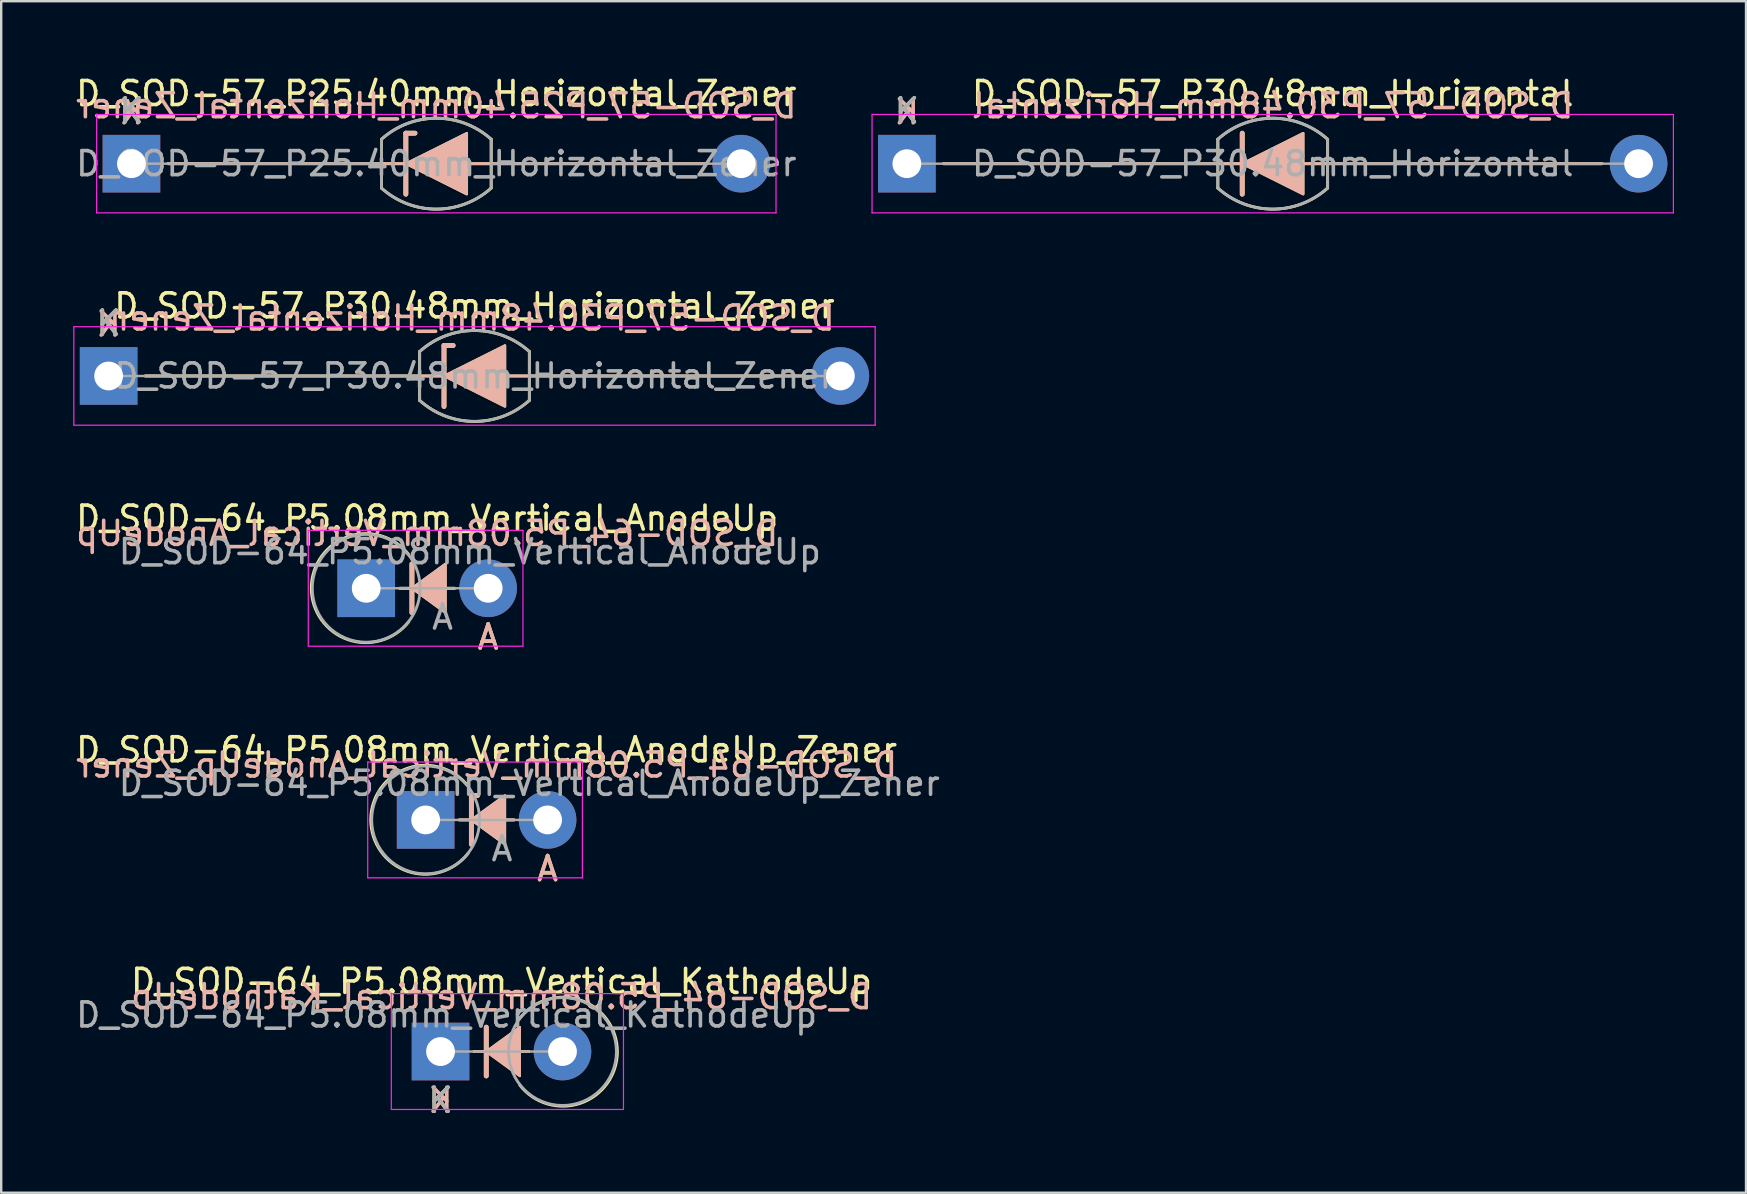
<source format=kicad_pcb>
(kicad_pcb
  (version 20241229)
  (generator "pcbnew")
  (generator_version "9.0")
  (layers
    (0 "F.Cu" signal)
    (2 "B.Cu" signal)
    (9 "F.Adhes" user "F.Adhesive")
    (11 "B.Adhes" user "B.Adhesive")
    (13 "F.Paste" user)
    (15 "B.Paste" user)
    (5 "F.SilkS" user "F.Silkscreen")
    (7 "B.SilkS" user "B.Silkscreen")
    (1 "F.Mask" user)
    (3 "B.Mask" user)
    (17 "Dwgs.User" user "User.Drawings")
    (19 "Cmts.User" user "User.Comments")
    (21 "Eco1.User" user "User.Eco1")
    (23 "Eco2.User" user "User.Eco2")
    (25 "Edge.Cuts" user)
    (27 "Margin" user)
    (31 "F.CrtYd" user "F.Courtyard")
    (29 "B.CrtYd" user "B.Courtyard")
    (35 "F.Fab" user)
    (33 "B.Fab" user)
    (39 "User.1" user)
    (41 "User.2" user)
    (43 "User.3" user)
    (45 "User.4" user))
  (footprint "D_SOD-64_P5.08mm_Vertical_AnodeUp"
    (layer "F.Cu")
    (at 12.204 21.455)
    (property "Reference" "D_SOD-64_P5.08mm_Vertical_AnodeUp" (at 2.54 -2.92 0) (layer "F.SilkS") (effects (font (size 1 1) (thickness 0.15))))
    (fp_line (start 1.397 0) (end 2.413 0) (stroke (width 0.12) (type solid)) (layer "F.SilkS"))
    (fp_line (start 1.905 -1.016) (end 1.905 1.016) (stroke (width 0.2) (type solid)) (layer "F.SilkS"))
    (fp_line (start 1.92 0) (end 3.683 0) (stroke (width 0.12) (type solid)) (layer "F.SilkS"))
    (fp_arc (start 1.772461 1.392669) (mid -2.28629 -0.01023) (end 1.778 -1.397) (stroke (width 0.12) (type solid)) (layer "F.SilkS"))
    (fp_poly (pts (xy 3.302 1.016) (xy 1.905 0) (xy 3.302 -1.016)) (stroke (width 0.1) (type solid)) (fill yes) (layer "F.SilkS"))
    (fp_line (start 1.397 0) (end 2.413 0) (stroke (width 0.12) (type solid)) (layer "B.SilkS"))
    (fp_line (start 1.905 1.016) (end 1.905 -1.016) (stroke (width 0.2) (type solid)) (layer "B.SilkS"))
    (fp_line (start 1.92 0) (end 3.683 0) (stroke (width 0.12) (type solid)) (layer "B.SilkS"))
    (fp_poly (pts (xy 3.302 -1.016) (xy 1.905 0) (xy 3.302 1.016)) (stroke (width 0.1) (type solid)) (fill yes) (layer "B.SilkS"))
    (fp_line (start -2.413 -2.413) (end -2.413 2.413) (stroke (width 0.05) (type solid)) (layer "F.CrtYd"))
    (fp_line (start -2.413 2.413) (end 6.53 2.413) (stroke (width 0.05) (type solid)) (layer "F.CrtYd"))
    (fp_line (start 6.53 -2.413) (end -2.413 -2.413) (stroke (width 0.05) (type solid)) (layer "F.CrtYd"))
    (fp_line (start 6.53 2.413) (end 6.53 -2.413) (stroke (width 0.05) (type solid)) (layer "F.CrtYd"))
    (fp_line (start 0 0) (end 5.08 0) (stroke (width 0.1) (type solid)) (layer "F.Fab"))
    (fp_circle (center 0 0) (end 1.651 -1.524) (stroke (width 0.12) (type solid)) (fill no) (layer "F.Fab"))
    (fp_text user "A" (at 5.08 2.032 0) (layer "F.SilkS") (effects (font (size 1 1) (thickness 0.15))))
    (fp_text user "A" (at 5.08 2.032 0) (layer "B.SilkS") (effects (font (size 1 1) (thickness 0.15)) (justify mirror)))
    (fp_text user "${REFERENCE}" (at 2.54 -2.286 0) (layer "B.SilkS") (effects (font (size 1 1) (thickness 0.15)) (justify mirror)))
    (fp_text user "A" (at 3.18 1.2 0) (layer "F.Fab") (effects (font (size 1 1) (thickness 0.15))))
    (fp_text user "${REFERENCE}" (at 4.318 -1.524 0) (layer "F.Fab") (effects (font (size 1 1) (thickness 0.15))))
    (pad "1" thru_hole rect (at 0 0) (size 2.4 2.4) (drill 1.2) (layers "*.Cu" "*.Mask"))
    (pad "2" thru_hole oval (at 5.08 0) (size 2.4 2.4) (drill 1.2) (layers "*.Cu" "*.Mask")))
  (footprint "D_SOD-64_P5.08mm_Vertical_AnodeUp_Zener"
    (layer "F.Cu")
    (at 14.68 31.103)
    (property "Reference" "D_SOD-64_P5.08mm_Vertical_AnodeUp_Zener" (at 2.54 -2.92 0) (layer "F.SilkS") (effects (font (size 1 1) (thickness 0.15))))
    (fp_line (start 1.397 0) (end 2.413 0) (stroke (width 0.12) (type solid)) (layer "F.SilkS"))
    (fp_line (start 1.905 -1.016) (end 1.905 1.016) (stroke (width 0.2) (type solid)) (layer "F.SilkS"))
    (fp_line (start 1.905 -1.016) (end 2.159 -1.016) (stroke (width 0.2) (type solid)) (layer "F.SilkS"))
    (fp_line (start 1.92 0) (end 3.683 0) (stroke (width 0.12) (type solid)) (layer "F.SilkS"))
    (fp_arc (start 1.772461 1.392669) (mid -2.28629 -0.01023) (end 1.778 -1.397) (stroke (width 0.12) (type solid)) (layer "F.SilkS"))
    (fp_poly (pts (xy 3.302 1.016) (xy 1.905 0) (xy 3.302 -1.016)) (stroke (width 0.1) (type solid)) (fill yes) (layer "F.SilkS"))
    (fp_line (start 1.397 0) (end 2.413 0) (stroke (width 0.12) (type solid)) (layer "B.SilkS"))
    (fp_line (start 1.905 -1.016) (end 2.159 -1.016) (stroke (width 0.2) (type solid)) (layer "B.SilkS"))
    (fp_line (start 1.905 1.016) (end 1.905 -1.016) (stroke (width 0.2) (type solid)) (layer "B.SilkS"))
    (fp_line (start 1.92 0) (end 3.683 0) (stroke (width 0.12) (type solid)) (layer "B.SilkS"))
    (fp_poly (pts (xy 3.302 -1.016) (xy 1.905 0) (xy 3.302 1.016)) (stroke (width 0.1) (type solid)) (fill yes) (layer "B.SilkS"))
    (fp_line (start -2.413 -2.413) (end -2.413 2.413) (stroke (width 0.05) (type solid)) (layer "F.CrtYd"))
    (fp_line (start -2.413 2.413) (end 6.53 2.413) (stroke (width 0.05) (type solid)) (layer "F.CrtYd"))
    (fp_line (start 6.53 -2.413) (end -2.413 -2.413) (stroke (width 0.05) (type solid)) (layer "F.CrtYd"))
    (fp_line (start 6.53 2.413) (end 6.53 -2.413) (stroke (width 0.05) (type solid)) (layer "F.CrtYd"))
    (fp_line (start 0 0) (end 5.08 0) (stroke (width 0.1) (type solid)) (layer "F.Fab"))
    (fp_circle (center 0 0) (end 1.651 -1.524) (stroke (width 0.12) (type solid)) (fill no) (layer "F.Fab"))
    (fp_text user "A" (at 5.08 2.032 0) (layer "F.SilkS") (effects (font (size 1 1) (thickness 0.15))))
    (fp_text user "A" (at 5.08 2.032 0) (layer "B.SilkS") (effects (font (size 1 1) (thickness 0.15)) (justify mirror)))
    (fp_text user "${REFERENCE}" (at 2.54 -2.286 0) (layer "B.SilkS") (effects (font (size 1 1) (thickness 0.15)) (justify mirror)))
    (fp_text user "${REFERENCE}" (at 4.318 -1.524 0) (layer "F.Fab") (effects (font (size 1 1) (thickness 0.15))))
    (fp_text user "A" (at 3.18 1.2 0) (layer "F.Fab") (effects (font (size 1 1) (thickness 0.15))))
    (pad "1" thru_hole rect (at 0 0) (size 2.4 2.4) (drill 1.2) (layers "*.Cu" "*.Mask"))
    (pad "2" thru_hole oval (at 5.08 0) (size 2.4 2.4) (drill 1.2) (layers "*.Cu" "*.Mask")))
  (footprint "D_SOD-57_P25.40mm_Horizontal_Zener"
    (layer "F.Cu")
    (at 2.425 3.768)
    (property "Reference" "D_SOD-57_P25.40mm_Horizontal_Zener" (at 12.7 -2.92 0) (layer "F.SilkS") (effects (font (size 1 1) (thickness 0.15))))
    (fp_line (start 1.524 0) (end 23.876 0) (stroke (width 0.12) (type solid)) (layer "F.SilkS"))
    (fp_line (start 10.414 -1.016) (end 10.414 1.016) (stroke (width 0.12) (type solid)) (layer "F.SilkS"))
    (fp_line (start 11.43 -1.27) (end 11.811 -1.27) (stroke (width 0.2) (type solid)) (layer "F.SilkS"))
    (fp_line (start 11.43 1.27) (end 11.43 -1.27) (stroke (width 0.2) (type solid)) (layer "F.SilkS"))
    (fp_line (start 14.986 -1.016) (end 14.986 1.016) (stroke (width 0.12) (type solid)) (layer "F.SilkS"))
    (fp_arc (start 10.414 -1.016) (mid 12.699999 -1.89322) (end 14.985998 -1.016) (stroke (width 0.12) (type solid)) (layer "F.SilkS"))
    (fp_arc (start 14.986 1.016) (mid 12.700001 1.89322) (end 10.414002 1.016) (stroke (width 0.12) (type solid)) (layer "F.SilkS"))
    (fp_poly (pts (xy 13.97 1.27) (xy 11.43 0) (xy 13.97 -1.27)) (stroke (width 0.1) (type solid)) (fill yes) (layer "F.SilkS"))
    (fp_line (start 1.524 0) (end 23.876 0) (stroke (width 0.12) (type solid)) (layer "B.SilkS"))
    (fp_line (start 11.43 -1.27) (end 11.43 1.27) (stroke (width 0.2) (type solid)) (layer "B.SilkS"))
    (fp_line (start 11.43 -1.27) (end 11.811 -1.27) (stroke (width 0.2) (type solid)) (layer "B.SilkS"))
    (fp_poly (pts (xy 13.97 -1.27) (xy 11.43 0) (xy 13.97 1.27)) (stroke (width 0.1) (type solid)) (fill yes) (layer "B.SilkS"))
    (fp_line (start -1.45 -2.05) (end -1.45 2.05) (stroke (width 0.05) (type solid)) (layer "F.CrtYd"))
    (fp_line (start -1.45 2.05) (end 26.85 2.05) (stroke (width 0.05) (type solid)) (layer "F.CrtYd"))
    (fp_line (start 26.85 -2.05) (end -1.45 -2.05) (stroke (width 0.05) (type solid)) (layer "F.CrtYd"))
    (fp_line (start 26.85 2.05) (end 26.85 -2.05) (stroke (width 0.05) (type solid)) (layer "F.CrtYd"))
    (fp_line (start 0 0) (end 10.414 0) (stroke (width 0.1) (type solid)) (layer "F.Fab"))
    (fp_line (start 10.414 -1.016) (end 10.414 1.016) (stroke (width 0.12) (type solid)) (layer "F.Fab"))
    (fp_line (start 14.986 -1.016) (end 14.986 1.016) (stroke (width 0.12) (type solid)) (layer "F.Fab"))
    (fp_line (start 25.4 0) (end 14.986 0) (stroke (width 0.1) (type solid)) (layer "F.Fab"))
    (fp_arc (start 10.414 -1.016) (mid 12.70037 -1.894241) (end 14.987132 -1.017021) (stroke (width 0.12) (type solid)) (layer "F.Fab"))
    (fp_arc (start 14.987134 1.014979) (mid 12.700764 1.89322) (end 10.414002 1.016) (stroke (width 0.12) (type solid)) (layer "F.Fab"))
    (fp_text user "K" (at 0 -2.2 0) (layer "F.SilkS") (effects (font (size 1 1) (thickness 0.15))))
    (fp_text user "K" (at 0 -2.159 0) (layer "B.SilkS") (effects (font (size 1 1) (thickness 0.15)) (justify mirror)))
    (fp_text user "${REFERENCE}" (at 12.7 -2.413 0) (layer "B.SilkS") (effects (font (size 1 1) (thickness 0.15)) (justify mirror)))
    (fp_text user "${REFERENCE}" (at 12.7 0 0) (layer "F.Fab") (effects (font (size 1 1) (thickness 0.15))))
    (fp_text user "K" (at 0 -2.2 0) (layer "F.Fab") (effects (font (size 1 1) (thickness 0.15))))
    (pad "1" thru_hole rect (at 0 0) (size 2.4 2.4) (drill 1.2) (layers "*.Cu" "*.Mask"))
    (pad "2" thru_hole oval (at 25.4 0) (size 2.4 2.4) (drill 1.2) (layers "*.Cu" "*.Mask")))
  (footprint "D_SOD-57_P30.48mm_Horizontal"
    (layer "F.Cu")
    (at 34.725 3.768)
    (property "Reference" "D_SOD-57_P30.48mm_Horizontal" (at 15.24 -2.92 0) (layer "F.SilkS") (effects (font (size 1 1) (thickness 0.15))))
    (fp_line (start 1.524 0) (end 28.956 0) (stroke (width 0.12) (type solid)) (layer "F.SilkS"))
    (fp_line (start 12.954 -1.016) (end 12.954 1.016) (stroke (width 0.12) (type solid)) (layer "F.SilkS"))
    (fp_line (start 13.97 1.27) (end 13.97 -1.27) (stroke (width 0.2) (type solid)) (layer "F.SilkS"))
    (fp_line (start 17.526 -1.016) (end 17.526 1.016) (stroke (width 0.12) (type solid)) (layer "F.SilkS"))
    (fp_arc (start 12.954 -1.016) (mid 15.239999 -1.89322) (end 17.525998 -1.016) (stroke (width 0.12) (type solid)) (layer "F.SilkS"))
    (fp_arc (start 17.526 1.016) (mid 15.240001 1.89322) (end 12.954002 1.016) (stroke (width 0.12) (type solid)) (layer "F.SilkS"))
    (fp_poly (pts (xy 16.51 1.27) (xy 13.97 0) (xy 16.51 -1.27)) (stroke (width 0.1) (type solid)) (fill yes) (layer "F.SilkS"))
    (fp_line (start 1.524 0) (end 28.956 0) (stroke (width 0.12) (type solid)) (layer "B.SilkS"))
    (fp_line (start 13.97 -1.27) (end 13.97 1.27) (stroke (width 0.2) (type solid)) (layer "B.SilkS"))
    (fp_poly (pts (xy 16.51 -1.27) (xy 13.97 0) (xy 16.51 1.27)) (stroke (width 0.1) (type solid)) (fill yes) (layer "B.SilkS"))
    (fp_line (start -1.45 -2.05) (end -1.45 2.05) (stroke (width 0.05) (type solid)) (layer "F.CrtYd"))
    (fp_line (start -1.45 2.05) (end 31.93 2.05) (stroke (width 0.05) (type solid)) (layer "F.CrtYd"))
    (fp_line (start 31.93 -2.05) (end -1.45 -2.05) (stroke (width 0.05) (type solid)) (layer "F.CrtYd"))
    (fp_line (start 31.93 2.05) (end 31.93 -2.05) (stroke (width 0.05) (type solid)) (layer "F.CrtYd"))
    (fp_line (start 0 0) (end 12.954 0) (stroke (width 0.1) (type solid)) (layer "F.Fab"))
    (fp_line (start 12.954 -1.016) (end 12.954 1.016) (stroke (width 0.12) (type solid)) (layer "F.Fab"))
    (fp_line (start 17.526 -1.016) (end 17.526 1.016) (stroke (width 0.12) (type solid)) (layer "F.Fab"))
    (fp_line (start 30.48 0) (end 17.526 0) (stroke (width 0.1) (type solid)) (layer "F.Fab"))
    (fp_arc (start 12.954 -1.016) (mid 15.24037 -1.894241) (end 17.527132 -1.017021) (stroke (width 0.12) (type solid)) (layer "F.Fab"))
    (fp_arc (start 17.527134 1.014979) (mid 15.240764 1.89322) (end 12.954002 1.016) (stroke (width 0.12) (type solid)) (layer "F.Fab"))
    (fp_text user "K" (at 0 -2.2 0) (layer "F.SilkS") (effects (font (size 1 1) (thickness 0.15))))
    (fp_text user "${REFERENCE}" (at 15.24 -2.413 0) (layer "B.SilkS") (effects (font (size 1 1) (thickness 0.15)) (justify mirror)))
    (fp_text user "K" (at 0 -2.159 0) (layer "B.SilkS") (effects (font (size 1 1) (thickness 0.15)) (justify mirror)))
    (fp_text user "${REFERENCE}" (at 15.24 0 0) (layer "F.Fab") (effects (font (size 1 1) (thickness 0.15))))
    (fp_text user "K" (at 0 -2.2 0) (layer "F.Fab") (effects (font (size 1 1) (thickness 0.15))))
    (pad "1" thru_hole rect (at 0 0) (size 2.4 2.4) (drill 1.2) (layers "*.Cu" "*.Mask"))
    (pad "2" thru_hole oval (at 30.48 0) (size 2.4 2.4) (drill 1.2) (layers "*.Cu" "*.Mask")))
  (footprint "D_SOD-64_P5.08mm_Vertical_KathodeUp"
    (layer "F.Cu")
    (at 15.3 40.752)
    (property "Reference" "D_SOD-64_P5.08mm_Vertical_KathodeUp" (at 2.54 -2.92 0) (layer "F.SilkS") (effects (font (size 1 1) (thickness 0.15))))
    (fp_line (start 1.397 0) (end 2.413 0) (stroke (width 0.12) (type solid)) (layer "F.SilkS"))
    (fp_line (start 1.905 -1.016) (end 1.905 1.016) (stroke (width 0.2) (type solid)) (layer "F.SilkS"))
    (fp_line (start 1.92 0) (end 3.683 0) (stroke (width 0.12) (type solid)) (layer "F.SilkS"))
    (fp_arc (start 3.307539 -1.392669) (mid 7.36629 0.01023) (end 3.302 1.397) (stroke (width 0.12) (type solid)) (layer "F.SilkS"))
    (fp_poly (pts (xy 3.302 1.016) (xy 1.905 0) (xy 3.302 -1.016)) (stroke (width 0.1) (type solid)) (fill yes) (layer "F.SilkS"))
    (fp_line (start 1.397 0) (end 2.413 0) (stroke (width 0.12) (type solid)) (layer "B.SilkS"))
    (fp_line (start 1.905 1.016) (end 1.905 -1.016) (stroke (width 0.2) (type solid)) (layer "B.SilkS"))
    (fp_line (start 1.92 0) (end 3.683 0) (stroke (width 0.12) (type solid)) (layer "B.SilkS"))
    (fp_poly (pts (xy 3.302 -1.016) (xy 1.905 0) (xy 3.302 1.016)) (stroke (width 0.1) (type solid)) (fill yes) (layer "B.SilkS"))
    (fp_line (start -2.05 -2.413) (end -2.05 2.413) (stroke (width 0.05) (type solid)) (layer "F.CrtYd"))
    (fp_line (start -2.05 2.413) (end 7.62 2.413) (stroke (width 0.05) (type solid)) (layer "F.CrtYd"))
    (fp_line (start 7.62 -2.413) (end -2.05 -2.413) (stroke (width 0.05) (type solid)) (layer "F.CrtYd"))
    (fp_line (start 7.62 2.413) (end 7.62 -2.413) (stroke (width 0.05) (type solid)) (layer "F.CrtYd"))
    (fp_line (start 0 0) (end 5.08 0) (stroke (width 0.1) (type solid)) (layer "F.Fab"))
    (fp_circle (center 5.08 0) (end 3.429 -1.524) (stroke (width 0.12) (type solid)) (fill no) (layer "F.Fab"))
    (fp_text user "K" (at 0 2.032 0) (layer "F.SilkS") (effects (font (size 1 1) (thickness 0.15))))
    (fp_text user "K" (at 0 2.032 0) (layer "B.SilkS") (effects (font (size 1 1) (thickness 0.15)) (justify mirror)))
    (fp_text user "${REFERENCE}" (at 2.54 -2.286 0) (layer "B.SilkS") (effects (font (size 1 1) (thickness 0.15)) (justify mirror)))
    (fp_text user "K" (at 0 2.032 0) (layer "F.Fab") (effects (font (size 1 1) (thickness 0.15))))
    (fp_text user "${REFERENCE}" (at 0.254 -1.524 0) (layer "F.Fab") (effects (font (size 1 1) (thickness 0.15))))
    (pad "1" thru_hole rect (at 0 0) (size 2.4 2.4) (drill 1.2) (layers "*.Cu" "*.Mask"))
    (pad "2" thru_hole oval (at 5.08 0) (size 2.4 2.4) (drill 1.2) (layers "*.Cu" "*.Mask")))
  (footprint "D_SOD-57_P30.48mm_Horizontal_Zener"
    (layer "F.Cu")
    (at 1.475 12.611)
    (property "Reference" "D_SOD-57_P30.48mm_Horizontal_Zener" (at 15.24 -2.92 0) (layer "F.SilkS") (effects (font (size 1 1) (thickness 0.15))))
    (fp_line (start 1.524 0) (end 28.956 0) (stroke (width 0.12) (type solid)) (layer "F.SilkS"))
    (fp_line (start 12.954 -1.016) (end 12.954 1.016) (stroke (width 0.12) (type solid)) (layer "F.SilkS"))
    (fp_line (start 13.97 -1.27) (end 14.351 -1.27) (stroke (width 0.2) (type solid)) (layer "F.SilkS"))
    (fp_line (start 13.97 1.27) (end 13.97 -1.27) (stroke (width 0.2) (type solid)) (layer "F.SilkS"))
    (fp_line (start 17.526 -1.016) (end 17.526 1.016) (stroke (width 0.12) (type solid)) (layer "F.SilkS"))
    (fp_arc (start 12.954 -1.016) (mid 15.239999 -1.89322) (end 17.525998 -1.016) (stroke (width 0.12) (type solid)) (layer "F.SilkS"))
    (fp_arc (start 17.526 1.016) (mid 15.240001 1.89322) (end 12.954002 1.016) (stroke (width 0.12) (type solid)) (layer "F.SilkS"))
    (fp_poly (pts (xy 16.51 1.27) (xy 13.97 0) (xy 16.51 -1.27)) (stroke (width 0.1) (type solid)) (fill yes) (layer "F.SilkS"))
    (fp_line (start 1.524 0) (end 28.956 0) (stroke (width 0.12) (type solid)) (layer "B.SilkS"))
    (fp_line (start 13.97 -1.27) (end 13.97 1.27) (stroke (width 0.2) (type solid)) (layer "B.SilkS"))
    (fp_line (start 13.97 -1.27) (end 14.351 -1.27) (stroke (width 0.2) (type solid)) (layer "B.SilkS"))
    (fp_poly (pts (xy 16.51 -1.27) (xy 13.97 0) (xy 16.51 1.27)) (stroke (width 0.1) (type solid)) (fill yes) (layer "B.SilkS"))
    (fp_line (start -1.45 -2.05) (end -1.45 2.05) (stroke (width 0.05) (type solid)) (layer "F.CrtYd"))
    (fp_line (start -1.45 2.05) (end 31.93 2.05) (stroke (width 0.05) (type solid)) (layer "F.CrtYd"))
    (fp_line (start 31.93 -2.05) (end -1.45 -2.05) (stroke (width 0.05) (type solid)) (layer "F.CrtYd"))
    (fp_line (start 31.93 2.05) (end 31.93 -2.05) (stroke (width 0.05) (type solid)) (layer "F.CrtYd"))
    (fp_line (start 0 0) (end 12.954 0) (stroke (width 0.1) (type solid)) (layer "F.Fab"))
    (fp_line (start 12.954 -1.016) (end 12.954 1.016) (stroke (width 0.12) (type solid)) (layer "F.Fab"))
    (fp_line (start 17.526 -1.016) (end 17.526 1.016) (stroke (width 0.12) (type solid)) (layer "F.Fab"))
    (fp_line (start 30.48 0) (end 17.526 0) (stroke (width 0.1) (type solid)) (layer "F.Fab"))
    (fp_arc (start 12.954 -1.016) (mid 15.24037 -1.894241) (end 17.527132 -1.017021) (stroke (width 0.12) (type solid)) (layer "F.Fab"))
    (fp_arc (start 17.527134 1.014979) (mid 15.240764 1.89322) (end 12.954002 1.016) (stroke (width 0.12) (type solid)) (layer "F.Fab"))
    (fp_text user "K" (at 0 -2.2 0) (layer "F.SilkS") (effects (font (size 1 1) (thickness 0.15))))
    (fp_text user "${REFERENCE}" (at 15.24 -2.413 0) (layer "B.SilkS") (effects (font (size 1 1) (thickness 0.15)) (justify mirror)))
    (fp_text user "K" (at 0 -2.159 0) (layer "B.SilkS") (effects (font (size 1 1) (thickness 0.15)) (justify mirror)))
    (fp_text user "K" (at 0 -2.2 0) (layer "F.Fab") (effects (font (size 1 1) (thickness 0.15))))
    (fp_text user "${REFERENCE}" (at 15.24 0 0) (layer "F.Fab") (effects (font (size 1 1) (thickness 0.15))))
    (pad "1" thru_hole rect (at 0 0) (size 2.4 2.4) (drill 1.2) (layers "*.Cu" "*.Mask"))
    (pad "2" thru_hole oval (at 30.48 0) (size 2.4 2.4) (drill 1.2) (layers "*.Cu" "*.Mask")))
  (gr_rect
    (start -3 -3)
    (end 69.68 46.632)
    (stroke (width 0.1) (type default))
    (fill no)
    (layer "Edge.Cuts")))
</source>
